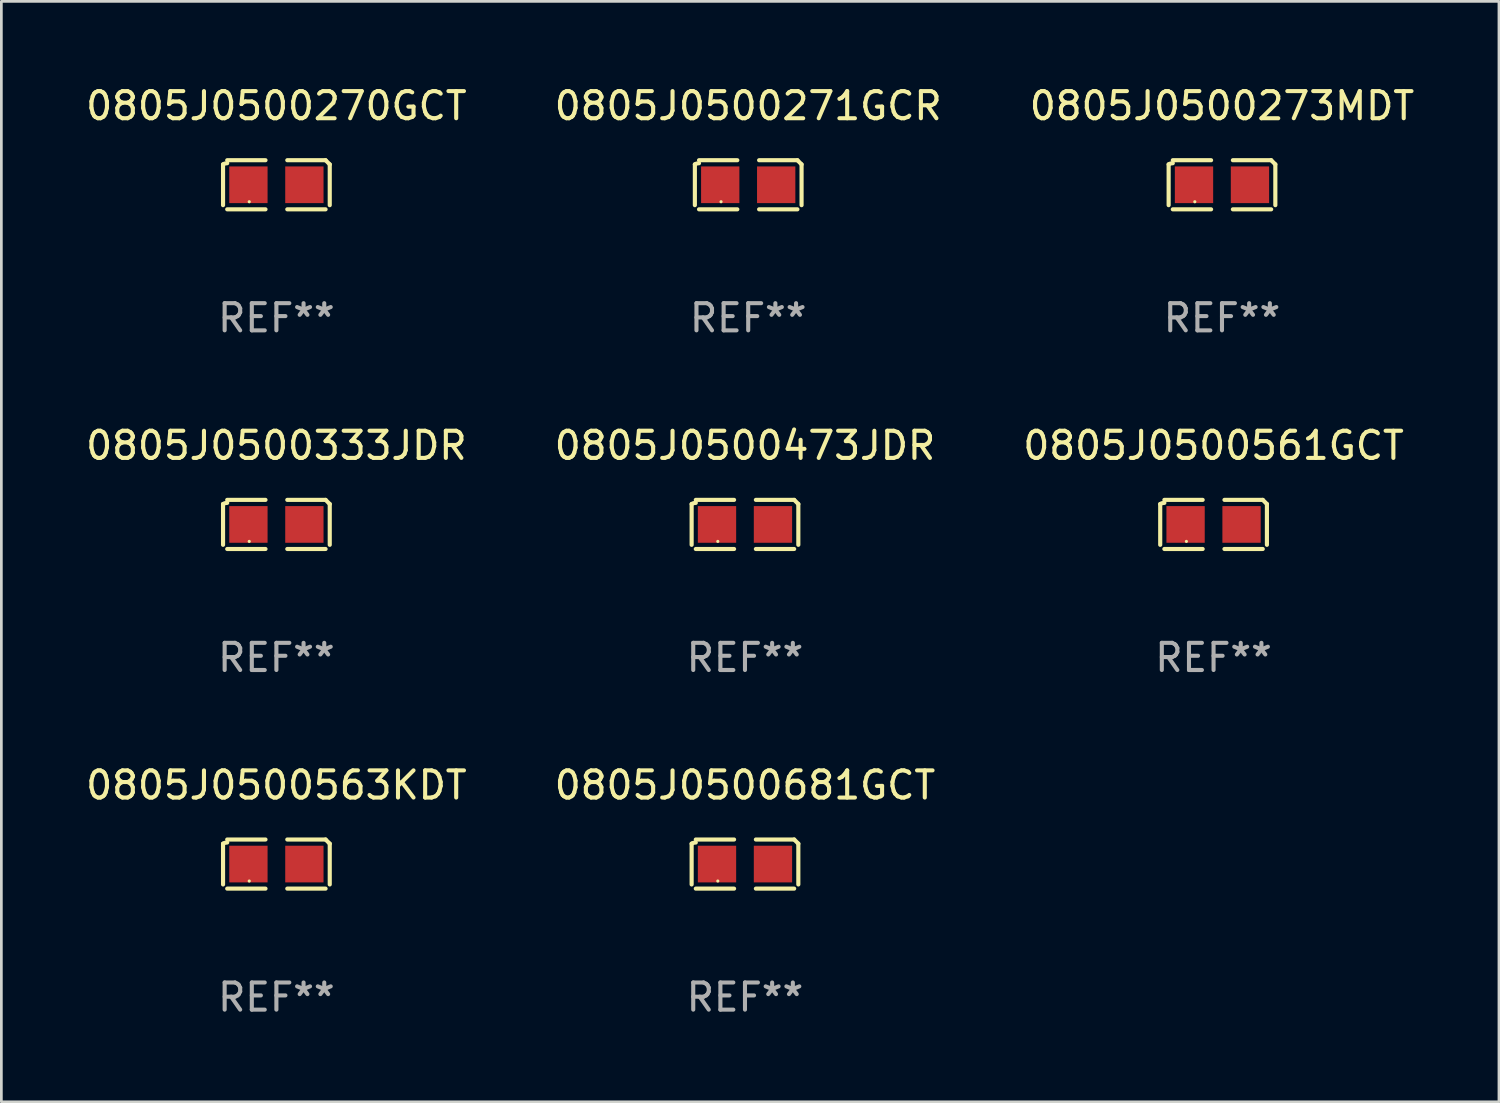
<source format=kicad_pcb>
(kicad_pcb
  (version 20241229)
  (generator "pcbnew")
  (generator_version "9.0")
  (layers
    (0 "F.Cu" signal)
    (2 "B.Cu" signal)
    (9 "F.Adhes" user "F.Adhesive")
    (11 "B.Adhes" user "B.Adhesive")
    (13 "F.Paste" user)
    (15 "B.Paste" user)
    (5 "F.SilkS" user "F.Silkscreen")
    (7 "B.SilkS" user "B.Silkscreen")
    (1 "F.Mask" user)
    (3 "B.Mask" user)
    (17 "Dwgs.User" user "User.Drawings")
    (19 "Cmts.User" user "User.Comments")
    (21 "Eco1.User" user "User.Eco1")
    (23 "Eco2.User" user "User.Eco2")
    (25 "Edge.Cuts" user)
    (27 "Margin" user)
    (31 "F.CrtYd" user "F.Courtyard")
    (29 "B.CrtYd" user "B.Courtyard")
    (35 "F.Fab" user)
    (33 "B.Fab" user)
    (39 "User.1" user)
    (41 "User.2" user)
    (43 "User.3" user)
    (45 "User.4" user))
  (footprint "0805J0500561GCT"
    (layer "F.Cu")
    (at 41.625 16.256)
    (property "Reference" "0805J0500561GCT" (at 0 -2.904 0) (layer "F.SilkS") (effects (font (size 1 1) (thickness 0.15))))
    (attr through_hole)
    (fp_line (start -1.964 0.751) (end -1.964 -0.751) (stroke (width 0.152) (type solid)) (layer "F.SilkS"))
    (fp_line (start -1.811 -0.904) (end -0.401 -0.904) (stroke (width 0.152) (type solid)) (layer "F.SilkS"))
    (fp_line (start -0.401 0.904) (end -1.811 0.904) (stroke (width 0.152) (type solid)) (layer "F.SilkS"))
    (fp_line (start 0.401 0.904) (end 1.811 0.904) (stroke (width 0.152) (type solid)) (layer "F.SilkS"))
    (fp_line (start 1.811 -0.904) (end 0.401 -0.904) (stroke (width 0.152) (type solid)) (layer "F.SilkS"))
    (fp_line (start 1.964 0.751) (end 1.964 -0.751) (stroke (width 0.152) (type solid)) (layer "F.SilkS"))
    (fp_arc (start -1.963602 -0.751207) (mid -1.890354 -0.783131) (end -1.811201 -0.794044) (stroke (width 0.1524) (type solid)) (layer "F.SilkS"))
    (fp_arc (start 1.811202 -0.903607) (mid 1.887413 -0.827418) (end 1.963602 -0.751207) (stroke (width 0.1524) (type solid)) (layer "F.SilkS"))
    (fp_circle (center -1 0.625) (end -0.97 0.625) (stroke (width 0.06) (type solid)) (fill no) (layer "F.SilkS"))
    (fp_text user "REF**" (at 0 4.904 0) (layer "F.Fab") (effects (font (size 1 1) (thickness 0.15))))
    (pad "1" smd rect (at -1.03 0) (size 1.41 1.35) (layers "F.Cu" "F.Mask" "F.Paste"))
    (pad "2" smd rect (at 1.03 0) (size 1.41 1.35) (layers "F.Cu" "F.Mask" "F.Paste")))
  (footprint "0805J0500563KDT"
    (layer "F.Cu")
    (at 7.125 28.759)
    (property "Reference" "0805J0500563KDT" (at 0 -2.904 0) (layer "F.SilkS") (effects (font (size 1 1) (thickness 0.15))))
    (attr through_hole)
    (fp_line (start -1.964 0.751) (end -1.964 -0.751) (stroke (width 0.152) (type solid)) (layer "F.SilkS"))
    (fp_line (start -1.811 -0.904) (end -0.401 -0.904) (stroke (width 0.152) (type solid)) (layer "F.SilkS"))
    (fp_line (start -0.401 0.904) (end -1.811 0.904) (stroke (width 0.152) (type solid)) (layer "F.SilkS"))
    (fp_line (start 0.401 0.904) (end 1.811 0.904) (stroke (width 0.152) (type solid)) (layer "F.SilkS"))
    (fp_line (start 1.811 -0.904) (end 0.401 -0.904) (stroke (width 0.152) (type solid)) (layer "F.SilkS"))
    (fp_line (start 1.964 0.751) (end 1.964 -0.751) (stroke (width 0.152) (type solid)) (layer "F.SilkS"))
    (fp_arc (start -1.963602 -0.751207) (mid -1.890354 -0.783131) (end -1.811201 -0.794044) (stroke (width 0.1524) (type solid)) (layer "F.SilkS"))
    (fp_arc (start 1.811202 -0.903607) (mid 1.887413 -0.827418) (end 1.963602 -0.751207) (stroke (width 0.1524) (type solid)) (layer "F.SilkS"))
    (fp_circle (center -1 0.625) (end -0.97 0.625) (stroke (width 0.06) (type solid)) (fill no) (layer "F.SilkS"))
    (fp_text user "REF**" (at 0 4.904 0) (layer "F.Fab") (effects (font (size 1 1) (thickness 0.15))))
    (pad "1" smd rect (at -1.03 0) (size 1.41 1.35) (layers "F.Cu" "F.Mask" "F.Paste"))
    (pad "2" smd rect (at 1.03 0) (size 1.41 1.35) (layers "F.Cu" "F.Mask" "F.Paste")))
  (footprint "0805J0500681GCT"
    (layer "F.Cu")
    (at 24.375 28.759)
    (property "Reference" "0805J0500681GCT" (at 0 -2.904 0) (layer "F.SilkS") (effects (font (size 1 1) (thickness 0.15))))
    (attr through_hole)
    (fp_line (start -1.964 0.751) (end -1.964 -0.751) (stroke (width 0.152) (type solid)) (layer "F.SilkS"))
    (fp_line (start -1.811 -0.904) (end -0.401 -0.904) (stroke (width 0.152) (type solid)) (layer "F.SilkS"))
    (fp_line (start -0.401 0.904) (end -1.811 0.904) (stroke (width 0.152) (type solid)) (layer "F.SilkS"))
    (fp_line (start 0.401 0.904) (end 1.811 0.904) (stroke (width 0.152) (type solid)) (layer "F.SilkS"))
    (fp_line (start 1.811 -0.904) (end 0.401 -0.904) (stroke (width 0.152) (type solid)) (layer "F.SilkS"))
    (fp_line (start 1.964 0.751) (end 1.964 -0.751) (stroke (width 0.152) (type solid)) (layer "F.SilkS"))
    (fp_arc (start -1.963602 -0.751207) (mid -1.890354 -0.783131) (end -1.811201 -0.794044) (stroke (width 0.1524) (type solid)) (layer "F.SilkS"))
    (fp_arc (start 1.811202 -0.903607) (mid 1.887413 -0.827418) (end 1.963602 -0.751207) (stroke (width 0.1524) (type solid)) (layer "F.SilkS"))
    (fp_circle (center -1 0.625) (end -0.97 0.625) (stroke (width 0.06) (type solid)) (fill no) (layer "F.SilkS"))
    (fp_text user "REF**" (at 0 4.904 0) (layer "F.Fab") (effects (font (size 1 1) (thickness 0.15))))
    (pad "1" smd rect (at -1.03 0) (size 1.41 1.35) (layers "F.Cu" "F.Mask" "F.Paste"))
    (pad "2" smd rect (at 1.03 0) (size 1.41 1.35) (layers "F.Cu" "F.Mask" "F.Paste")))
  (footprint "0805J0500273MDT"
    (layer "F.Cu")
    (at 41.935 3.752)
    (property "Reference" "0805J0500273MDT" (at 0 -2.904 0) (layer "F.SilkS") (effects (font (size 1 1) (thickness 0.15))))
    (attr through_hole)
    (fp_line (start -1.964 0.751) (end -1.964 -0.751) (stroke (width 0.152) (type solid)) (layer "F.SilkS"))
    (fp_line (start -1.811 -0.904) (end -0.401 -0.904) (stroke (width 0.152) (type solid)) (layer "F.SilkS"))
    (fp_line (start -0.401 0.904) (end -1.811 0.904) (stroke (width 0.152) (type solid)) (layer "F.SilkS"))
    (fp_line (start 0.401 0.904) (end 1.811 0.904) (stroke (width 0.152) (type solid)) (layer "F.SilkS"))
    (fp_line (start 1.811 -0.904) (end 0.401 -0.904) (stroke (width 0.152) (type solid)) (layer "F.SilkS"))
    (fp_line (start 1.964 0.751) (end 1.964 -0.751) (stroke (width 0.152) (type solid)) (layer "F.SilkS"))
    (fp_arc (start -1.963602 -0.751207) (mid -1.890354 -0.783131) (end -1.811201 -0.794044) (stroke (width 0.1524) (type solid)) (layer "F.SilkS"))
    (fp_arc (start 1.811202 -0.903607) (mid 1.887413 -0.827418) (end 1.963602 -0.751207) (stroke (width 0.1524) (type solid)) (layer "F.SilkS"))
    (fp_circle (center -1 0.625) (end -0.97 0.625) (stroke (width 0.06) (type solid)) (fill no) (layer "F.SilkS"))
    (fp_text user "REF**" (at 0 4.904 0) (layer "F.Fab") (effects (font (size 1 1) (thickness 0.15))))
    (pad "1" smd rect (at -1.03 0) (size 1.41 1.35) (layers "F.Cu" "F.Mask" "F.Paste"))
    (pad "2" smd rect (at 1.03 0) (size 1.41 1.35) (layers "F.Cu" "F.Mask" "F.Paste")))
  (footprint "0805J0500473JDR"
    (layer "F.Cu")
    (at 24.375 16.256)
    (property "Reference" "0805J0500473JDR" (at 0 -2.904 0) (layer "F.SilkS") (effects (font (size 1 1) (thickness 0.15))))
    (attr through_hole)
    (fp_line (start -1.964 0.751) (end -1.964 -0.751) (stroke (width 0.152) (type solid)) (layer "F.SilkS"))
    (fp_line (start -1.811 -0.904) (end -0.401 -0.904) (stroke (width 0.152) (type solid)) (layer "F.SilkS"))
    (fp_line (start -0.401 0.904) (end -1.811 0.904) (stroke (width 0.152) (type solid)) (layer "F.SilkS"))
    (fp_line (start 0.401 0.904) (end 1.811 0.904) (stroke (width 0.152) (type solid)) (layer "F.SilkS"))
    (fp_line (start 1.811 -0.904) (end 0.401 -0.904) (stroke (width 0.152) (type solid)) (layer "F.SilkS"))
    (fp_line (start 1.964 0.751) (end 1.964 -0.751) (stroke (width 0.152) (type solid)) (layer "F.SilkS"))
    (fp_arc (start -1.963602 -0.751207) (mid -1.890354 -0.783131) (end -1.811201 -0.794044) (stroke (width 0.1524) (type solid)) (layer "F.SilkS"))
    (fp_arc (start 1.811202 -0.903607) (mid 1.887413 -0.827418) (end 1.963602 -0.751207) (stroke (width 0.1524) (type solid)) (layer "F.SilkS"))
    (fp_circle (center -1 0.625) (end -0.97 0.625) (stroke (width 0.06) (type solid)) (fill no) (layer "F.SilkS"))
    (fp_text user "REF**" (at 0 4.904 0) (layer "F.Fab") (effects (font (size 1 1) (thickness 0.15))))
    (pad "1" smd rect (at -1.03 0) (size 1.41 1.35) (layers "F.Cu" "F.Mask" "F.Paste"))
    (pad "2" smd rect (at 1.03 0) (size 1.41 1.35) (layers "F.Cu" "F.Mask" "F.Paste")))
  (footprint "0805J0500270GCT"
    (layer "F.Cu")
    (at 7.125 3.752)
    (property "Reference" "0805J0500270GCT" (at 0 -2.904 0) (layer "F.SilkS") (effects (font (size 1 1) (thickness 0.15))))
    (attr through_hole)
    (fp_line (start -1.964 0.751) (end -1.964 -0.751) (stroke (width 0.152) (type solid)) (layer "F.SilkS"))
    (fp_line (start -1.811 -0.904) (end -0.401 -0.904) (stroke (width 0.152) (type solid)) (layer "F.SilkS"))
    (fp_line (start -0.401 0.904) (end -1.811 0.904) (stroke (width 0.152) (type solid)) (layer "F.SilkS"))
    (fp_line (start 0.401 0.904) (end 1.811 0.904) (stroke (width 0.152) (type solid)) (layer "F.SilkS"))
    (fp_line (start 1.811 -0.904) (end 0.401 -0.904) (stroke (width 0.152) (type solid)) (layer "F.SilkS"))
    (fp_line (start 1.964 0.751) (end 1.964 -0.751) (stroke (width 0.152) (type solid)) (layer "F.SilkS"))
    (fp_arc (start -1.963602 -0.751207) (mid -1.890354 -0.783131) (end -1.811201 -0.794044) (stroke (width 0.1524) (type solid)) (layer "F.SilkS"))
    (fp_arc (start 1.811202 -0.903607) (mid 1.887413 -0.827418) (end 1.963602 -0.751207) (stroke (width 0.1524) (type solid)) (layer "F.SilkS"))
    (fp_circle (center -1 0.625) (end -0.97 0.625) (stroke (width 0.06) (type solid)) (fill no) (layer "F.SilkS"))
    (fp_text user "REF**" (at 0 4.904 0) (layer "F.Fab") (effects (font (size 1 1) (thickness 0.15))))
    (pad "1" smd rect (at -1.03 0) (size 1.41 1.35) (layers "F.Cu" "F.Mask" "F.Paste"))
    (pad "2" smd rect (at 1.03 0) (size 1.41 1.35) (layers "F.Cu" "F.Mask" "F.Paste")))
  (footprint "0805J0500271GCR"
    (layer "F.Cu")
    (at 24.494 3.752)
    (property "Reference" "0805J0500271GCR" (at 0 -2.904 0) (layer "F.SilkS") (effects (font (size 1 1) (thickness 0.15))))
    (attr through_hole)
    (fp_line (start -1.964 0.751) (end -1.964 -0.751) (stroke (width 0.152) (type solid)) (layer "F.SilkS"))
    (fp_line (start -1.811 -0.904) (end -0.401 -0.904) (stroke (width 0.152) (type solid)) (layer "F.SilkS"))
    (fp_line (start -0.401 0.904) (end -1.811 0.904) (stroke (width 0.152) (type solid)) (layer "F.SilkS"))
    (fp_line (start 0.401 0.904) (end 1.811 0.904) (stroke (width 0.152) (type solid)) (layer "F.SilkS"))
    (fp_line (start 1.811 -0.904) (end 0.401 -0.904) (stroke (width 0.152) (type solid)) (layer "F.SilkS"))
    (fp_line (start 1.964 0.751) (end 1.964 -0.751) (stroke (width 0.152) (type solid)) (layer "F.SilkS"))
    (fp_arc (start -1.963602 -0.751207) (mid -1.890354 -0.783131) (end -1.811201 -0.794044) (stroke (width 0.1524) (type solid)) (layer "F.SilkS"))
    (fp_arc (start 1.811202 -0.903607) (mid 1.887413 -0.827418) (end 1.963602 -0.751207) (stroke (width 0.1524) (type solid)) (layer "F.SilkS"))
    (fp_circle (center -1 0.625) (end -0.97 0.625) (stroke (width 0.06) (type solid)) (fill no) (layer "F.SilkS"))
    (fp_text user "REF**" (at 0 4.904 0) (layer "F.Fab") (effects (font (size 1 1) (thickness 0.15))))
    (pad "1" smd rect (at -1.03 0) (size 1.41 1.35) (layers "F.Cu" "F.Mask" "F.Paste"))
    (pad "2" smd rect (at 1.03 0) (size 1.41 1.35) (layers "F.Cu" "F.Mask" "F.Paste")))
  (footprint "0805J0500333JDR"
    (layer "F.Cu")
    (at 7.125 16.256)
    (property "Reference" "0805J0500333JDR" (at 0 -2.904 0) (layer "F.SilkS") (effects (font (size 1 1) (thickness 0.15))))
    (attr through_hole)
    (fp_line (start -1.964 0.751) (end -1.964 -0.751) (stroke (width 0.152) (type solid)) (layer "F.SilkS"))
    (fp_line (start -1.811 -0.904) (end -0.401 -0.904) (stroke (width 0.152) (type solid)) (layer "F.SilkS"))
    (fp_line (start -0.401 0.904) (end -1.811 0.904) (stroke (width 0.152) (type solid)) (layer "F.SilkS"))
    (fp_line (start 0.401 0.904) (end 1.811 0.904) (stroke (width 0.152) (type solid)) (layer "F.SilkS"))
    (fp_line (start 1.811 -0.904) (end 0.401 -0.904) (stroke (width 0.152) (type solid)) (layer "F.SilkS"))
    (fp_line (start 1.964 0.751) (end 1.964 -0.751) (stroke (width 0.152) (type solid)) (layer "F.SilkS"))
    (fp_arc (start -1.963602 -0.751207) (mid -1.890354 -0.783131) (end -1.811201 -0.794044) (stroke (width 0.1524) (type solid)) (layer "F.SilkS"))
    (fp_arc (start 1.811202 -0.903607) (mid 1.887413 -0.827418) (end 1.963602 -0.751207) (stroke (width 0.1524) (type solid)) (layer "F.SilkS"))
    (fp_circle (center -1 0.625) (end -0.97 0.625) (stroke (width 0.06) (type solid)) (fill no) (layer "F.SilkS"))
    (fp_text user "REF**" (at 0 4.904 0) (layer "F.Fab") (effects (font (size 1 1) (thickness 0.15))))
    (pad "1" smd rect (at -1.03 0) (size 1.41 1.35) (layers "F.Cu" "F.Mask" "F.Paste"))
    (pad "2" smd rect (at 1.03 0) (size 1.41 1.35) (layers "F.Cu" "F.Mask" "F.Paste")))
  (gr_rect
    (start -3 -3)
    (end 52.131 37.511)
    (stroke (width 0.1) (type default))
    (fill no)
    (layer "Edge.Cuts")))
</source>
